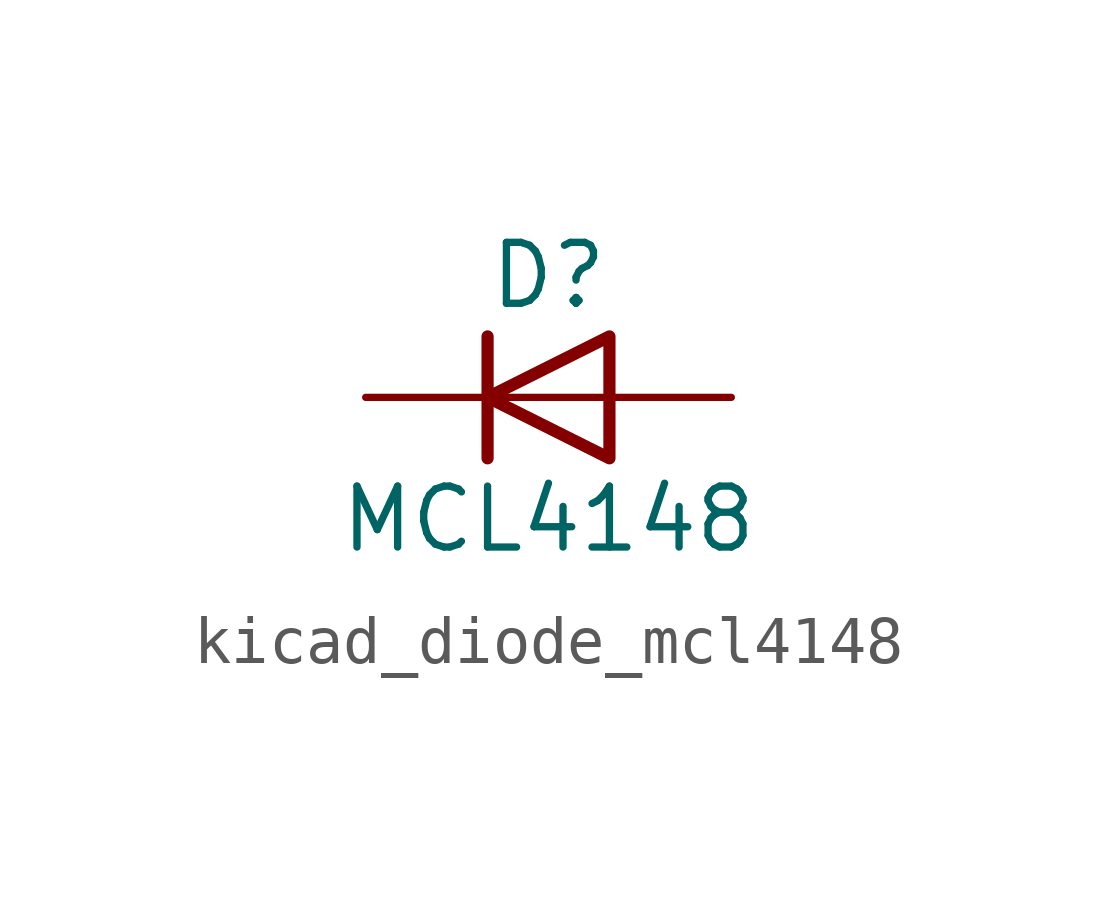
<source format=kicad_sym>
(kicad_symbol_lib
  (version 20220914)
  (generator kicad_symbol_editor)
  (symbol "kicad_diode_mcl4148"
    (pin_numbers hide)
    (pin_names hide)
    (property "Reference" "D"
      (at 0 2.54 0)
      (effects (font (size 1.27 1.27))))
    (property "Value" "MCL4148"
      (at 0 -2.54 0)
      (effects (font (size 1.27 1.27))))
    (symbol "kicad_diode_mcl4148_0_1"
      (polyline (pts (xy -1.27 1.27) (xy -1.27 -1.27)) (stroke (width 0.254) (type default)) (fill (type none)))
      (polyline (pts (xy 1.27 0) (xy -1.27 0)) (stroke (width 0) (type default)) (fill (type none)))
      (polyline (pts (xy 1.27 1.27) (xy 1.27 -1.27) (xy -1.27 0) (xy 1.27 1.27)) (stroke (width 0.254) (type default)) (fill (type none))))
    (symbol "kicad_diode_mcl4148_1_1"
      (pin passive line (at -3.81 0 0) (length 2.54) (name "K" (effects (font (size 1.27 1.27)))) (number "1" (effects (font (size 1.27 1.27)))))
      (pin passive line (at 3.81 0 180) (length 2.54) (name "A" (effects (font (size 1.27 1.27)))) (number "2" (effects (font (size 1.27 1.27))))))))
</source>
